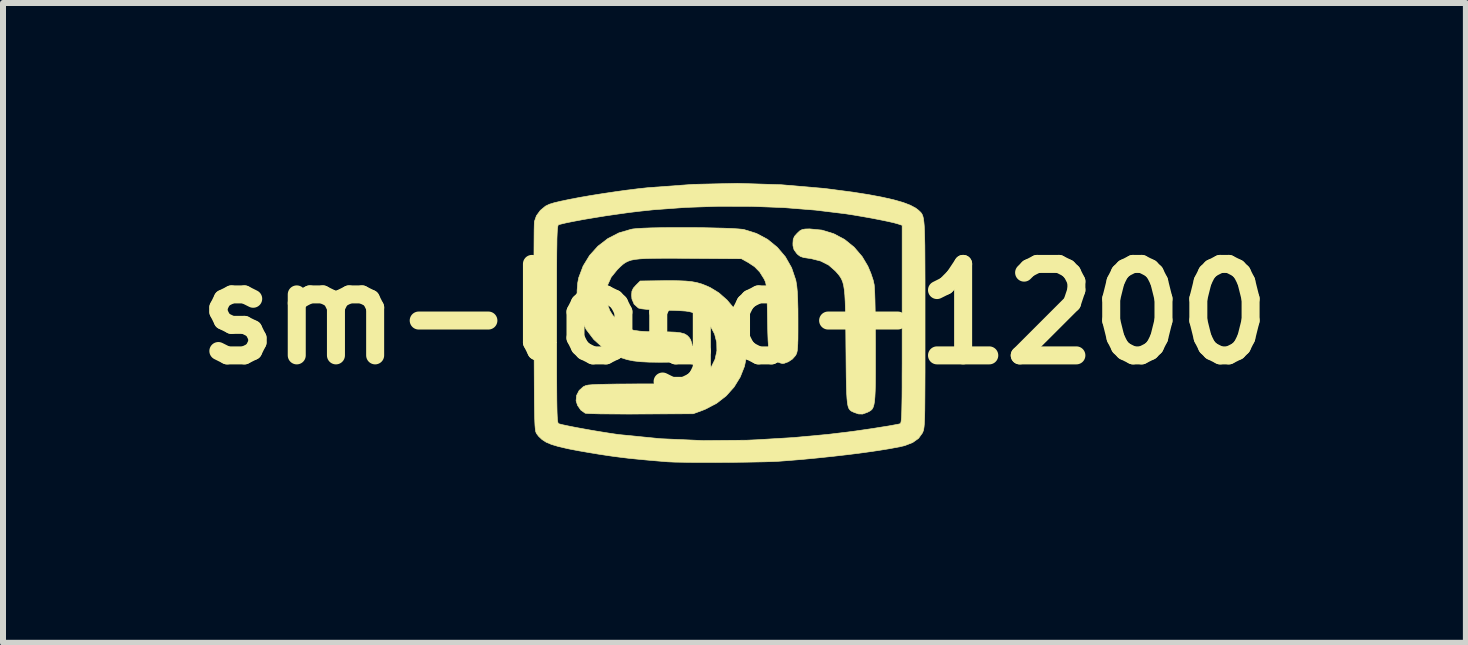
<source format=kicad_pcb>
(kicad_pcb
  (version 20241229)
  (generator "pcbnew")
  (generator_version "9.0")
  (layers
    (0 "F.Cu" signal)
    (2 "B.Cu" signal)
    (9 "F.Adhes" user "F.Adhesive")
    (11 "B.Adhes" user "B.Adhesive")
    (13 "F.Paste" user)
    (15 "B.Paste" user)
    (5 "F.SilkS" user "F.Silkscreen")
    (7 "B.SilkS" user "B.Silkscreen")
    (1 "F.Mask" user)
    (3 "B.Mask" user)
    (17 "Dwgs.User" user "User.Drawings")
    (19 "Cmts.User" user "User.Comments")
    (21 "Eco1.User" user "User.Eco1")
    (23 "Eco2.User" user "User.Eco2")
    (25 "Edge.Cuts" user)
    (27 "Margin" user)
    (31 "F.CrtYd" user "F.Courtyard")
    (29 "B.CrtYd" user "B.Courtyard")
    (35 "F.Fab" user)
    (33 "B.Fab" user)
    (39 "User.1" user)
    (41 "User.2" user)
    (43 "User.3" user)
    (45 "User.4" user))
  (footprint "sm-logo-1200"
    (layer "F.Cu")
    (at 9.188 2.182)
    (property "Reference" "sm-logo-1200" (at 0 0 0) (layer "F.SilkS") (effects (font (size 1.524 1.524) (thickness 0.3))))
    (attr through_hole)
    (fp_poly (pts (xy 1.458 -1.398) (xy 1.653 -1.338) (xy 1.833 -1.243) (xy 1.993 -1.114) (xy 2.128 -0.956) (xy 2.222 -0.798) (xy 2.272 -0.68) (xy 2.311 -0.564) (xy 2.328 -0.487) (xy 2.332 -0.436) (xy 2.337 -0.347) (xy 2.341 -0.226) (xy 2.344 -0.079) (xy 2.346 0.091) (xy 2.348 0.278) (xy 2.349 0.477) (xy 2.349 0.568) (xy 2.349 0.8) (xy 2.349 0.994) (xy 2.348 1.153) (xy 2.345 1.28) (xy 2.34 1.381) (xy 2.333 1.458) (xy 2.323 1.515) (xy 2.31 1.556) (xy 2.293 1.586) (xy 2.271 1.607) (xy 2.245 1.623) (xy 2.213 1.639) (xy 2.21 1.64) (xy 2.135 1.667) (xy 2.067 1.665) (xy 1.997 1.641) (xy 1.967 1.628) (xy 1.942 1.615) (xy 1.922 1.597) (xy 1.905 1.572) (xy 1.892 1.535) (xy 1.882 1.483) (xy 1.875 1.412) (xy 1.869 1.318) (xy 1.865 1.198) (xy 1.862 1.048) (xy 1.86 0.865) (xy 1.858 0.645) (xy 1.857 0.55) (xy 1.855 0.309) (xy 1.852 0.106) (xy 1.849 -0.063) (xy 1.845 -0.202) (xy 1.839 -0.314) (xy 1.83 -0.404) (xy 1.819 -0.475) (xy 1.804 -0.532) (xy 1.785 -0.579) (xy 1.762 -0.619) (xy 1.734 -0.657) (xy 1.7 -0.696) (xy 1.681 -0.717) (xy 1.569 -0.815) (xy 1.434 -0.883) (xy 1.271 -0.924) (xy 1.234 -0.929) (xy 1.153 -0.941) (xy 1.099 -0.959) (xy 1.058 -0.988) (xy 1.034 -1.013) (xy 0.992 -1.072) (xy 0.975 -1.136) (xy 0.974 -1.177) (xy 0.979 -1.245) (xy 1.001 -1.296) (xy 1.046 -1.346) (xy 1.089 -1.386) (xy 1.128 -1.407) (xy 1.178 -1.416) (xy 1.253 -1.418) (xy 1.458 -1.398)) (stroke (width 0.01) (type solid)) (fill yes) (layer "F.SilkS"))
    (fp_poly (pts (xy -0.932 -0.554) (xy -0.811 -0.549) (xy -0.712 -0.539) (xy -0.626 -0.523) (xy -0.549 -0.501) (xy -0.472 -0.471) (xy -0.403 -0.44) (xy -0.262 -0.354) (xy -0.125 -0.234) (xy 0.014 -0.069) (xy 0.115 0.11) (xy 0.18 0.298) (xy 0.209 0.49) (xy 0.205 0.683) (xy 0.167 0.871) (xy 0.096 1.05) (xy -0.006 1.216) (xy -0.138 1.364) (xy -0.299 1.489) (xy -0.489 1.588) (xy -0.535 1.606) (xy -0.688 1.662) (xy -1.566 1.666) (xy -1.757 1.667) (xy -1.935 1.666) (xy -2.096 1.665) (xy -2.236 1.664) (xy -2.349 1.661) (xy -2.432 1.658) (xy -2.479 1.654) (xy -2.487 1.653) (xy -2.56 1.601) (xy -2.614 1.524) (xy -2.639 1.447) (xy -2.631 1.357) (xy -2.588 1.274) (xy -2.519 1.212) (xy -2.476 1.192) (xy -2.437 1.184) (xy -2.368 1.178) (xy -2.265 1.173) (xy -2.128 1.17) (xy -1.953 1.167) (xy -1.739 1.166) (xy -1.597 1.165) (xy -1.374 1.165) (xy -1.189 1.164) (xy -1.037 1.161) (xy -0.915 1.157) (xy -0.818 1.15) (xy -0.74 1.139) (xy -0.679 1.125) (xy -0.629 1.106) (xy -0.586 1.082) (xy -0.545 1.052) (xy -0.503 1.016) (xy -0.49 1.004) (xy -0.389 0.888) (xy -0.324 0.756) (xy -0.293 0.615) (xy -0.296 0.473) (xy -0.331 0.334) (xy -0.398 0.207) (xy -0.495 0.097) (xy -0.623 0.01) (xy -0.63 0.007) (xy -0.674 -0.014) (xy -0.714 -0.03) (xy -0.758 -0.041) (xy -0.813 -0.049) (xy -0.886 -0.054) (xy -0.985 -0.059) (xy -1.117 -0.063) (xy -1.154 -0.064) (xy -1.326 -0.07) (xy -1.458 -0.077) (xy -1.549 -0.087) (xy -1.599 -0.099) (xy -1.602 -0.101) (xy -1.672 -0.163) (xy -1.709 -0.251) (xy -1.714 -0.314) (xy -1.709 -0.38) (xy -1.685 -0.431) (xy -1.643 -0.478) (xy -1.571 -0.55) (xy -1.267 -0.554) (xy -1.082 -0.556) (xy -0.932 -0.554)) (stroke (width 0.01) (type solid)) (fill yes) (layer "F.SilkS"))
    (fp_poly (pts (xy -0.697 -1.44) (xy -0.515 -1.438) (xy -0.342 -1.434) (xy -0.184 -1.43) (xy -0.047 -1.425) (xy 0.062 -1.418) (xy 0.138 -1.411) (xy 0.159 -1.407) (xy 0.365 -1.343) (xy 0.551 -1.244) (xy 0.713 -1.112) (xy 0.848 -0.953) (xy 0.952 -0.77) (xy 1.021 -0.566) (xy 1.026 -0.54) (xy 1.038 -0.467) (xy 1.047 -0.372) (xy 1.053 -0.249) (xy 1.057 -0.094) (xy 1.058 0.098) (xy 1.058 0.116) (xy 1.058 0.277) (xy 1.057 0.402) (xy 1.055 0.495) (xy 1.051 0.563) (xy 1.046 0.612) (xy 1.038 0.647) (xy 1.027 0.674) (xy 1.015 0.694) (xy 0.966 0.75) (xy 0.897 0.796) (xy 0.827 0.822) (xy 0.8 0.825) (xy 0.763 0.816) (xy 0.71 0.796) (xy 0.705 0.795) (xy 0.665 0.776) (xy 0.633 0.754) (xy 0.609 0.726) (xy 0.59 0.685) (xy 0.576 0.628) (xy 0.567 0.549) (xy 0.56 0.444) (xy 0.555 0.307) (xy 0.551 0.134) (xy 0.55 0.075) (xy 0.547 -0.097) (xy 0.544 -0.232) (xy 0.54 -0.335) (xy 0.536 -0.413) (xy 0.53 -0.47) (xy 0.522 -0.512) (xy 0.512 -0.544) (xy 0.499 -0.573) (xy 0.493 -0.585) (xy 0.42 -0.701) (xy 0.335 -0.788) (xy 0.229 -0.858) (xy 0.116 -0.921) (xy -0.749 -0.927) (xy -0.981 -0.929) (xy -1.175 -0.929) (xy -1.336 -0.928) (xy -1.466 -0.925) (xy -1.572 -0.919) (xy -1.655 -0.91) (xy -1.722 -0.897) (xy -1.776 -0.878) (xy -1.821 -0.855) (xy -1.862 -0.825) (xy -1.903 -0.788) (xy -1.947 -0.744) (xy -1.951 -0.741) (xy -2.054 -0.614) (xy -2.115 -0.48) (xy -2.136 -0.336) (xy -2.118 -0.178) (xy -2.104 -0.127) (xy -2.074 -0.051) (xy -2.029 0.02) (xy -1.958 0.099) (xy -1.949 0.108) (xy -1.884 0.169) (xy -1.821 0.215) (xy -1.754 0.249) (xy -1.676 0.272) (xy -1.578 0.286) (xy -1.455 0.294) (xy -1.298 0.296) (xy -1.253 0.296) (xy -1.101 0.298) (xy -0.985 0.303) (xy -0.898 0.313) (xy -0.835 0.33) (xy -0.79 0.356) (xy -0.755 0.392) (xy -0.732 0.426) (xy -0.706 0.506) (xy -0.707 0.596) (xy -0.736 0.676) (xy -0.755 0.703) (xy -0.795 0.74) (xy -0.843 0.767) (xy -0.906 0.786) (xy -0.992 0.797) (xy -1.106 0.803) (xy -1.243 0.804) (xy -1.421 0.802) (xy -1.565 0.795) (xy -1.685 0.781) (xy -1.789 0.76) (xy -1.885 0.729) (xy -1.983 0.687) (xy -2.008 0.675) (xy -2.189 0.564) (xy -2.345 0.423) (xy -2.471 0.257) (xy -2.563 0.071) (xy -2.595 -0.029) (xy -2.613 -0.132) (xy -2.622 -0.259) (xy -2.622 -0.394) (xy -2.612 -0.518) (xy -2.596 -0.603) (xy -2.522 -0.799) (xy -2.414 -0.976) (xy -2.275 -1.13) (xy -2.11 -1.257) (xy -1.925 -1.352) (xy -1.723 -1.411) (xy -1.692 -1.417) (xy -1.623 -1.424) (xy -1.519 -1.43) (xy -1.387 -1.435) (xy -1.233 -1.438) (xy -1.062 -1.44) (xy -0.881 -1.44) (xy -0.697 -1.44)) (stroke (width 0.01) (type solid)) (fill yes) (layer "F.SilkS"))
    (fp_poly (pts (xy 0.779 -2.154) (xy 1.501 -2.092) (xy 1.968 -2.031) (xy 2.236 -1.989) (xy 2.463 -1.946) (xy 2.653 -1.903) (xy 2.808 -1.859) (xy 2.929 -1.813) (xy 3.019 -1.765) (xy 3.066 -1.729) (xy 3.085 -1.711) (xy 3.102 -1.695) (xy 3.117 -1.677) (xy 3.129 -1.655) (xy 3.14 -1.625) (xy 3.149 -1.586) (xy 3.156 -1.533) (xy 3.162 -1.466) (xy 3.166 -1.38) (xy 3.169 -1.272) (xy 3.172 -1.141) (xy 3.173 -0.983) (xy 3.174 -0.796) (xy 3.175 -0.576) (xy 3.175 -0.321) (xy 3.175 -0.029) (xy 3.175 0.162) (xy 3.175 0.472) (xy 3.175 0.744) (xy 3.175 0.979) (xy 3.174 1.18) (xy 3.173 1.35) (xy 3.172 1.491) (xy 3.171 1.608) (xy 3.169 1.702) (xy 3.166 1.777) (xy 3.163 1.835) (xy 3.159 1.879) (xy 3.154 1.913) (xy 3.149 1.938) (xy 3.142 1.957) (xy 3.135 1.975) (xy 3.131 1.983) (xy 3.067 2.072) (xy 2.97 2.141) (xy 2.837 2.193) (xy 2.759 2.211) (xy 2.591 2.243) (xy 2.387 2.276) (xy 2.157 2.309) (xy 1.907 2.341) (xy 1.646 2.371) (xy 1.38 2.399) (xy 1.118 2.424) (xy 0.868 2.444) (xy 0.72 2.455) (xy 0.626 2.459) (xy 0.5 2.463) (xy 0.349 2.466) (xy 0.179 2.469) (xy -0.004 2.471) (xy -0.193 2.472) (xy -0.381 2.473) (xy -0.562 2.473) (xy -0.729 2.472) (xy -0.877 2.47) (xy -0.998 2.468) (xy -1.086 2.464) (xy -1.111 2.463) (xy -1.315 2.446) (xy -1.486 2.431) (xy -1.632 2.417) (xy -1.762 2.404) (xy -1.885 2.389) (xy -2.01 2.373) (xy -2.115 2.358) (xy -2.266 2.335) (xy -2.429 2.308) (xy -2.591 2.28) (xy -2.733 2.253) (xy -2.782 2.243) (xy -2.933 2.208) (xy -3.05 2.173) (xy -3.138 2.136) (xy -3.207 2.091) (xy -3.264 2.037) (xy -3.289 2.004) (xy -3.297 1.993) (xy -3.304 1.979) (xy -3.311 1.962) (xy -3.316 1.937) (xy -3.32 1.902) (xy -3.324 1.854) (xy -3.327 1.79) (xy -3.33 1.708) (xy -3.332 1.604) (xy -3.334 1.476) (xy -3.335 1.321) (xy -3.336 1.136) (xy -3.337 0.918) (xy -3.338 0.664) (xy -3.34 0.372) (xy -3.34 0.247) (xy -3.34 0.169) (xy -2.963 0.169) (xy -2.963 0.473) (xy -2.963 0.737) (xy -2.963 0.964) (xy -2.962 1.157) (xy -2.961 1.319) (xy -2.96 1.452) (xy -2.958 1.56) (xy -2.956 1.645) (xy -2.953 1.71) (xy -2.95 1.757) (xy -2.946 1.79) (xy -2.941 1.811) (xy -2.935 1.822) (xy -2.929 1.828) (xy -2.926 1.829) (xy -2.865 1.845) (xy -2.77 1.865) (xy -2.65 1.889) (xy -2.513 1.914) (xy -2.368 1.94) (xy -2.222 1.964) (xy -2.084 1.986) (xy -1.963 2.004) (xy -1.926 2.009) (xy -1.23 2.078) (xy -0.52 2.109) (xy 0.205 2.103) (xy 0.381 2.095) (xy 0.981 2.059) (xy 1.557 2.006) (xy 1.884 1.967) (xy 2.021 1.949) (xy 2.165 1.928) (xy 2.309 1.907) (xy 2.445 1.885) (xy 2.566 1.866) (xy 2.664 1.848) (xy 2.733 1.835) (xy 2.757 1.829) (xy 2.764 1.825) (xy 2.77 1.815) (xy 2.775 1.798) (xy 2.779 1.77) (xy 2.783 1.728) (xy 2.786 1.67) (xy 2.788 1.593) (xy 2.79 1.493) (xy 2.792 1.369) (xy 2.793 1.218) (xy 2.793 1.036) (xy 2.794 0.821) (xy 2.794 0.571) (xy 2.794 0.282) (xy 2.794 0.17) (xy 2.794 -1.478) (xy 2.725 -1.501) (xy 2.657 -1.52) (xy 2.556 -1.543) (xy 2.429 -1.569) (xy 2.286 -1.597) (xy 2.134 -1.624) (xy 1.981 -1.65) (xy 1.852 -1.67) (xy 1.352 -1.731) (xy 0.825 -1.773) (xy 0.281 -1.794) (xy -0.269 -1.795) (xy -0.815 -1.776) (xy -1.348 -1.737) (xy -1.575 -1.713) (xy -1.758 -1.691) (xy -1.95 -1.664) (xy -2.145 -1.636) (xy -2.336 -1.605) (xy -2.515 -1.575) (xy -2.675 -1.545) (xy -2.809 -1.518) (xy -2.909 -1.494) (xy -2.926 -1.489) (xy -2.933 -1.486) (xy -2.939 -1.477) (xy -2.944 -1.459) (xy -2.948 -1.431) (xy -2.952 -1.389) (xy -2.955 -1.331) (xy -2.958 -1.254) (xy -2.959 -1.155) (xy -2.961 -1.031) (xy -2.962 -0.88) (xy -2.963 -0.698) (xy -2.963 -0.483) (xy -2.963 -0.233) (xy -2.963 0.056) (xy -2.963 0.169) (xy -3.34 0.169) (xy -3.341 -0.019) (xy -3.341 -0.275) (xy -3.342 -0.517) (xy -3.341 -0.742) (xy -3.341 -0.946) (xy -3.34 -1.125) (xy -3.339 -1.277) (xy -3.338 -1.399) (xy -3.336 -1.485) (xy -3.334 -1.534) (xy -3.333 -1.542) (xy -3.3 -1.637) (xy -3.235 -1.726) (xy -3.148 -1.798) (xy -3.084 -1.829) (xy -3.006 -1.853) (xy -2.892 -1.88) (xy -2.748 -1.91) (xy -2.581 -1.942) (xy -2.396 -1.974) (xy -2.201 -2.005) (xy -2 -2.035) (xy -1.8 -2.063) (xy -1.607 -2.087) (xy -1.439 -2.105) (xy -0.688 -2.16) (xy 0.05 -2.177) (xy 0.779 -2.154)) (stroke (width 0.01) (type solid)) (fill yes) (layer "F.SilkS")))
  (gr_rect
    (start -3 -3)
    (end 21.375 7.66)
    (stroke (width 0.1) (type default))
    (fill no)
    (layer "Edge.Cuts")))
</source>
